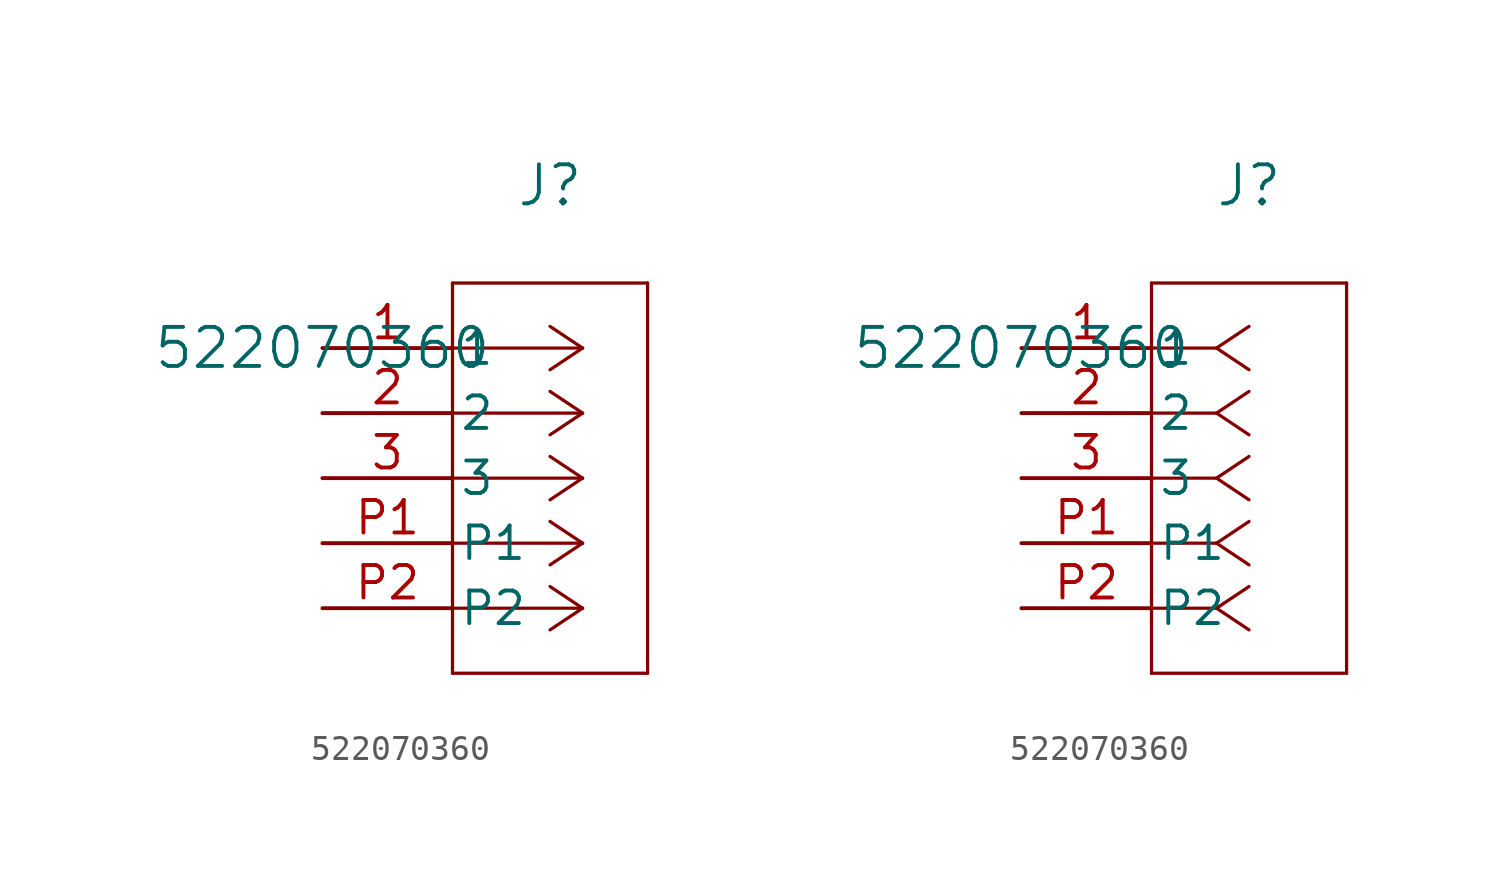
<source format=kicad_sym>
(kicad_symbol_lib
  (version 20211014)
  (generator kicad_symbol_editor)
  (symbol "522070360"
    (pin_names
      (offset 0.254))
    (property "Reference" "J"
      (at 8.89 6.35 0)
      (effects (font (size 1.524 1.524))))
    (property "Value" "522070360"
      (at 0 0 0)
      (effects (font (size 1.524 1.524))))
    (symbol "522070360_1_1"
      (polyline (pts (xy 10.16 0) (xy 5.08 0)) (stroke (width 0.127) (type default) (color 0 0 0 0)) (fill (type none)))
      (polyline (pts (xy 10.16 -2.54) (xy 5.08 -2.54)) (stroke (width 0.127) (type default) (color 0 0 0 0)) (fill (type none)))
      (polyline (pts (xy 10.16 -5.08) (xy 5.08 -5.08)) (stroke (width 0.127) (type default) (color 0 0 0 0)) (fill (type none)))
      (polyline (pts (xy 10.16 -7.62) (xy 5.08 -7.62)) (stroke (width 0.127) (type default) (color 0 0 0 0)) (fill (type none)))
      (polyline (pts (xy 10.16 -10.16) (xy 5.08 -10.16)) (stroke (width 0.127) (type default) (color 0 0 0 0)) (fill (type none)))
      (polyline (pts (xy 10.16 0) (xy 8.89 0.847)) (stroke (width 0.127) (type default) (color 0 0 0 0)) (fill (type none)))
      (polyline (pts (xy 10.16 -2.54) (xy 8.89 -1.693)) (stroke (width 0.127) (type default) (color 0 0 0 0)) (fill (type none)))
      (polyline (pts (xy 10.16 -5.08) (xy 8.89 -4.233)) (stroke (width 0.127) (type default) (color 0 0 0 0)) (fill (type none)))
      (polyline (pts (xy 10.16 -7.62) (xy 8.89 -6.773)) (stroke (width 0.127) (type default) (color 0 0 0 0)) (fill (type none)))
      (polyline (pts (xy 10.16 -10.16) (xy 8.89 -9.313)) (stroke (width 0.127) (type default) (color 0 0 0 0)) (fill (type none)))
      (polyline (pts (xy 10.16 0) (xy 8.89 -0.847)) (stroke (width 0.127) (type default) (color 0 0 0 0)) (fill (type none)))
      (polyline (pts (xy 10.16 -2.54) (xy 8.89 -3.387)) (stroke (width 0.127) (type default) (color 0 0 0 0)) (fill (type none)))
      (polyline (pts (xy 10.16 -5.08) (xy 8.89 -5.927)) (stroke (width 0.127) (type default) (color 0 0 0 0)) (fill (type none)))
      (polyline (pts (xy 10.16 -7.62) (xy 8.89 -8.467)) (stroke (width 0.127) (type default) (color 0 0 0 0)) (fill (type none)))
      (polyline (pts (xy 10.16 -10.16) (xy 8.89 -11.007)) (stroke (width 0.127) (type default) (color 0 0 0 0)) (fill (type none)))
      (polyline (pts (xy 5.08 2.54) (xy 5.08 -12.7)) (stroke (width 0.127) (type default) (color 0 0 0 0)) (fill (type none)))
      (polyline (pts (xy 5.08 -12.7) (xy 12.7 -12.7)) (stroke (width 0.127) (type default) (color 0 0 0 0)) (fill (type none)))
      (polyline (pts (xy 12.7 -12.7) (xy 12.7 2.54)) (stroke (width 0.127) (type default) (color 0 0 0 0)) (fill (type none)))
      (polyline (pts (xy 12.7 2.54) (xy 5.08 2.54)) (stroke (width 0.127) (type default) (color 0 0 0 0)) (fill (type none)))
      (pin unspecified line (at 0 0 0) (length 5.08) (name "1" (effects (font (size 1.27 1.27)))) (number "1" (effects (font (size 1.27 1.27)))))
      (pin unspecified line (at 0 -2.54 0) (length 5.08) (name "2" (effects (font (size 1.27 1.27)))) (number "2" (effects (font (size 1.27 1.27)))))
      (pin unspecified line (at 0 -5.08 0) (length 5.08) (name "3" (effects (font (size 1.27 1.27)))) (number "3" (effects (font (size 1.27 1.27)))))
      (pin unspecified line (at 0 -7.62 0) (length 5.08) (name "P1" (effects (font (size 1.27 1.27)))) (number "P1" (effects (font (size 1.27 1.27)))))
      (pin unspecified line (at 0 -10.16 0) (length 5.08) (name "P2" (effects (font (size 1.27 1.27)))) (number "P2" (effects (font (size 1.27 1.27))))))
    (symbol "522070360_1_2"
      (polyline (pts (xy 7.62 0) (xy 5.08 0)) (stroke (width 0.127) (type default) (color 0 0 0 0)) (fill (type none)))
      (polyline (pts (xy 7.62 -2.54) (xy 5.08 -2.54)) (stroke (width 0.127) (type default) (color 0 0 0 0)) (fill (type none)))
      (polyline (pts (xy 7.62 -5.08) (xy 5.08 -5.08)) (stroke (width 0.127) (type default) (color 0 0 0 0)) (fill (type none)))
      (polyline (pts (xy 7.62 -7.62) (xy 5.08 -7.62)) (stroke (width 0.127) (type default) (color 0 0 0 0)) (fill (type none)))
      (polyline (pts (xy 7.62 -10.16) (xy 5.08 -10.16)) (stroke (width 0.127) (type default) (color 0 0 0 0)) (fill (type none)))
      (polyline (pts (xy 7.62 0) (xy 8.89 0.847)) (stroke (width 0.127) (type default) (color 0 0 0 0)) (fill (type none)))
      (polyline (pts (xy 7.62 -2.54) (xy 8.89 -1.693)) (stroke (width 0.127) (type default) (color 0 0 0 0)) (fill (type none)))
      (polyline (pts (xy 7.62 -5.08) (xy 8.89 -4.233)) (stroke (width 0.127) (type default) (color 0 0 0 0)) (fill (type none)))
      (polyline (pts (xy 7.62 -7.62) (xy 8.89 -6.773)) (stroke (width 0.127) (type default) (color 0 0 0 0)) (fill (type none)))
      (polyline (pts (xy 7.62 -10.16) (xy 8.89 -9.313)) (stroke (width 0.127) (type default) (color 0 0 0 0)) (fill (type none)))
      (polyline (pts (xy 7.62 0) (xy 8.89 -0.847)) (stroke (width 0.127) (type default) (color 0 0 0 0)) (fill (type none)))
      (polyline (pts (xy 7.62 -2.54) (xy 8.89 -3.387)) (stroke (width 0.127) (type default) (color 0 0 0 0)) (fill (type none)))
      (polyline (pts (xy 7.62 -5.08) (xy 8.89 -5.927)) (stroke (width 0.127) (type default) (color 0 0 0 0)) (fill (type none)))
      (polyline (pts (xy 7.62 -7.62) (xy 8.89 -8.467)) (stroke (width 0.127) (type default) (color 0 0 0 0)) (fill (type none)))
      (polyline (pts (xy 7.62 -10.16) (xy 8.89 -11.007)) (stroke (width 0.127) (type default) (color 0 0 0 0)) (fill (type none)))
      (polyline (pts (xy 5.08 2.54) (xy 5.08 -12.7)) (stroke (width 0.127) (type default) (color 0 0 0 0)) (fill (type none)))
      (polyline (pts (xy 5.08 -12.7) (xy 12.7 -12.7)) (stroke (width 0.127) (type default) (color 0 0 0 0)) (fill (type none)))
      (polyline (pts (xy 12.7 -12.7) (xy 12.7 2.54)) (stroke (width 0.127) (type default) (color 0 0 0 0)) (fill (type none)))
      (polyline (pts (xy 12.7 2.54) (xy 5.08 2.54)) (stroke (width 0.127) (type default) (color 0 0 0 0)) (fill (type none)))
      (pin unspecified line (at 0 0 0) (length 5.08) (name "1" (effects (font (size 1.27 1.27)))) (number "1" (effects (font (size 1.27 1.27)))))
      (pin unspecified line (at 0 -2.54 0) (length 5.08) (name "2" (effects (font (size 1.27 1.27)))) (number "2" (effects (font (size 1.27 1.27)))))
      (pin unspecified line (at 0 -5.08 0) (length 5.08) (name "3" (effects (font (size 1.27 1.27)))) (number "3" (effects (font (size 1.27 1.27)))))
      (pin unspecified line (at 0 -7.62 0) (length 5.08) (name "P1" (effects (font (size 1.27 1.27)))) (number "P1" (effects (font (size 1.27 1.27)))))
      (pin unspecified line (at 0 -10.16 0) (length 5.08) (name "P2" (effects (font (size 1.27 1.27)))) (number "P2" (effects (font (size 1.27 1.27))))))))
</source>
